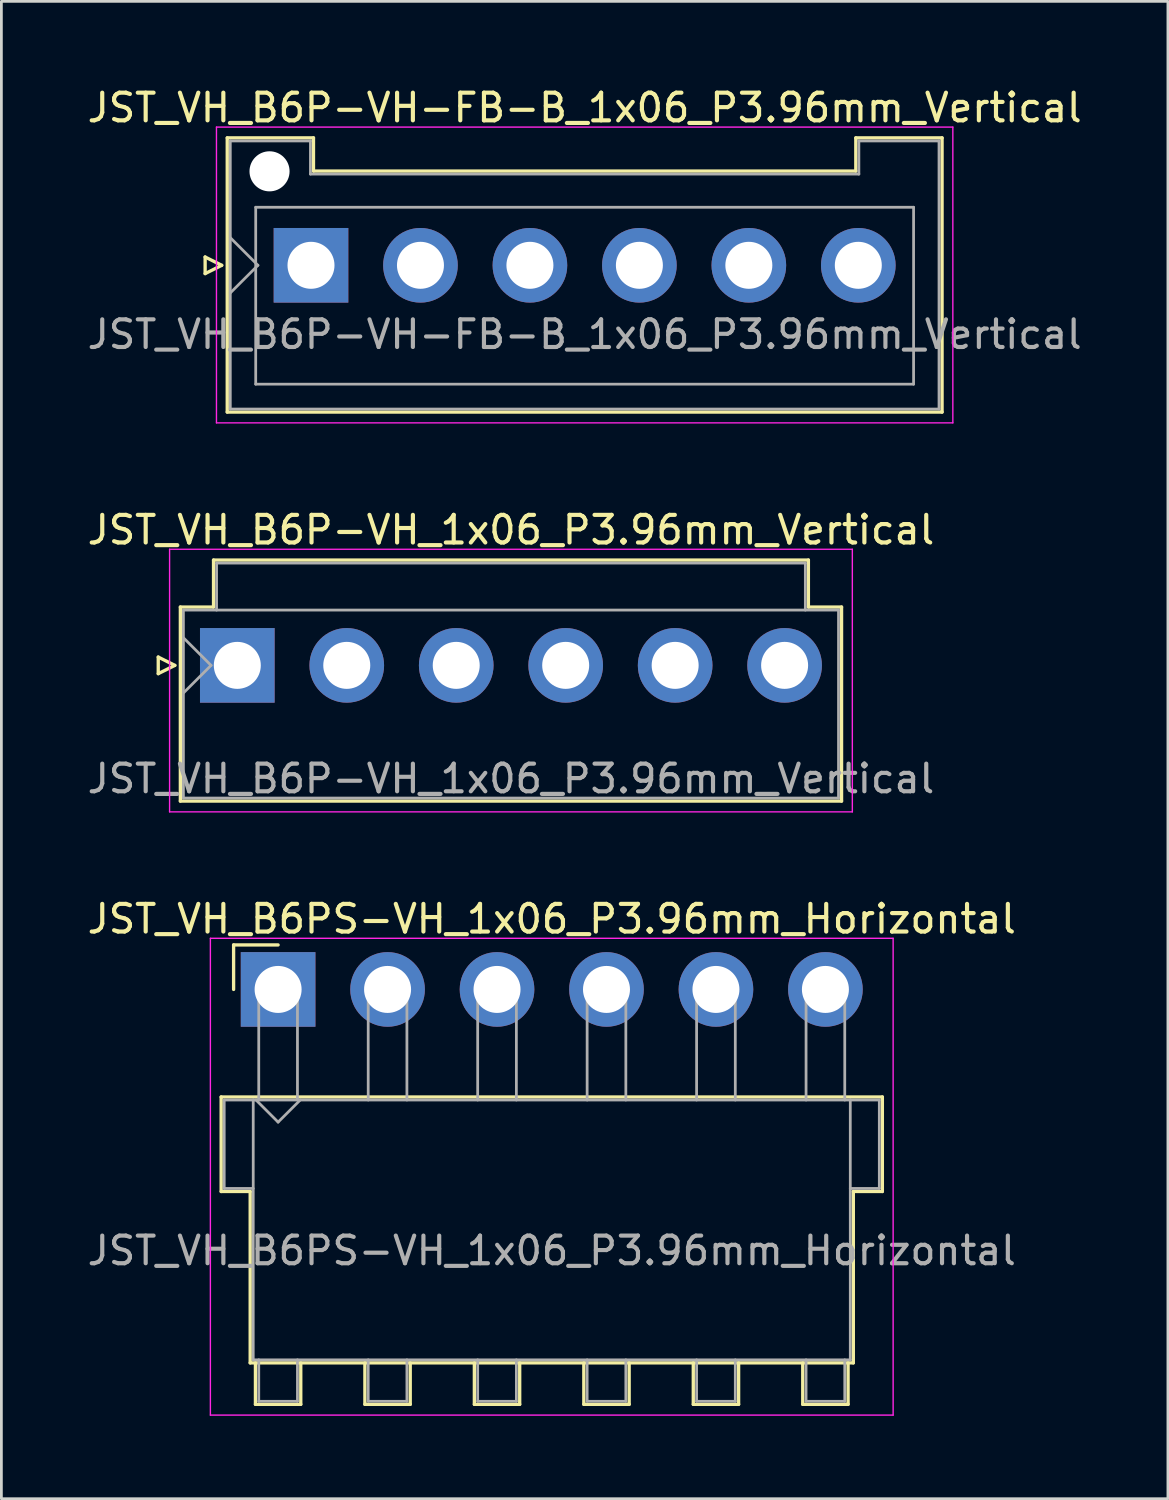
<source format=kicad_pcb>
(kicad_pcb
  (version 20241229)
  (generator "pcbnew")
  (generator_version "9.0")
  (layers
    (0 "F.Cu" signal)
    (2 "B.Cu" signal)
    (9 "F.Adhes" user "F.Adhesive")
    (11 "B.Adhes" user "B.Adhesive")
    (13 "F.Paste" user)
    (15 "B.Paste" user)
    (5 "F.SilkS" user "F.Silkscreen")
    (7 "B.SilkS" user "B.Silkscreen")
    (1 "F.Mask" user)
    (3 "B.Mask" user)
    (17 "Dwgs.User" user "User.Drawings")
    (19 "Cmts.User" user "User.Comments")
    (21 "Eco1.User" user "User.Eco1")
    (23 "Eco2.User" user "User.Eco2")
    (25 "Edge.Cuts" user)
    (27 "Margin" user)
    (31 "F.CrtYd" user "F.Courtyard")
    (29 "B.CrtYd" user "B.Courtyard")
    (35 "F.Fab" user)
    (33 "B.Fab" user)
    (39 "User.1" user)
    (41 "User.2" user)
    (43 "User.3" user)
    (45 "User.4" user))
  (footprint "JST_VH_B6P-VH-FB-B_1x06_P3.96mm_Vertical"
    (layer "F.Cu")
    (at 8.201 6.548)
    (property "Reference" "JST_VH_B6P-VH-FB-B_1x06_P3.96mm_Vertical" (at 9.9 -5.7 0) (layer "F.SilkS") (effects (font (size 1 1) (thickness 0.15))))
    (attr through_hole)
    (fp_line (start -3.83 -0.3) (end -3.23 0) (stroke (width 0.12) (type solid)) (layer "F.SilkS"))
    (fp_line (start -3.83 0.3) (end -3.83 -0.3) (stroke (width 0.12) (type solid)) (layer "F.SilkS"))
    (fp_line (start -3.23 0) (end -3.83 0.3) (stroke (width 0.12) (type solid)) (layer "F.SilkS"))
    (fp_line (start -3.03 -4.61) (end 0.09 -4.61) (stroke (width 0.12) (type solid)) (layer "F.SilkS"))
    (fp_line (start -3.03 5.31) (end -3.03 -4.61) (stroke (width 0.12) (type solid)) (layer "F.SilkS"))
    (fp_line (start 0.09 -4.61) (end 0.09 -3.41) (stroke (width 0.12) (type solid)) (layer "F.SilkS"))
    (fp_line (start 0.09 -3.41) (end 19.71 -3.41) (stroke (width 0.12) (type solid)) (layer "F.SilkS"))
    (fp_line (start 19.71 -4.61) (end 22.83 -4.61) (stroke (width 0.12) (type solid)) (layer "F.SilkS"))
    (fp_line (start 19.71 -3.41) (end 19.71 -4.61) (stroke (width 0.12) (type solid)) (layer "F.SilkS"))
    (fp_line (start 22.83 -4.61) (end 22.83 5.31) (stroke (width 0.12) (type solid)) (layer "F.SilkS"))
    (fp_line (start 22.83 5.31) (end -3.03 5.31) (stroke (width 0.12) (type solid)) (layer "F.SilkS"))
    (fp_line (start -3.42 -5) (end -3.42 5.7) (stroke (width 0.05) (type solid)) (layer "F.CrtYd"))
    (fp_line (start -3.42 5.7) (end 23.22 5.7) (stroke (width 0.05) (type solid)) (layer "F.CrtYd"))
    (fp_line (start 23.22 -5) (end -3.42 -5) (stroke (width 0.05) (type solid)) (layer "F.CrtYd"))
    (fp_line (start 23.22 5.7) (end 23.22 -5) (stroke (width 0.05) (type solid)) (layer "F.CrtYd"))
    (fp_line (start -2.92 -4.5) (end -0.02 -4.5) (stroke (width 0.1) (type solid)) (layer "F.Fab"))
    (fp_line (start -2.92 -1) (end -1.92 0) (stroke (width 0.1) (type solid)) (layer "F.Fab"))
    (fp_line (start -2.92 1) (end -1.92 0) (stroke (width 0.1) (type solid)) (layer "F.Fab"))
    (fp_line (start -2.92 5.2) (end -2.92 -4.5) (stroke (width 0.1) (type solid)) (layer "F.Fab"))
    (fp_line (start -2 -2.1) (end 21.8 -2.1) (stroke (width 0.1) (type solid)) (layer "F.Fab"))
    (fp_line (start -2 4.3) (end -2 -2.1) (stroke (width 0.1) (type solid)) (layer "F.Fab"))
    (fp_line (start -0.02 -4.5) (end -0.02 -3.3) (stroke (width 0.1) (type solid)) (layer "F.Fab"))
    (fp_line (start -0.02 -3.3) (end 19.82 -3.3) (stroke (width 0.1) (type solid)) (layer "F.Fab"))
    (fp_line (start 19.82 -4.5) (end 22.72 -4.5) (stroke (width 0.1) (type solid)) (layer "F.Fab"))
    (fp_line (start 19.82 -3.3) (end 19.82 -4.5) (stroke (width 0.1) (type solid)) (layer "F.Fab"))
    (fp_line (start 21.8 -2.1) (end 21.8 4.3) (stroke (width 0.1) (type solid)) (layer "F.Fab"))
    (fp_line (start 21.8 4.3) (end -2 4.3) (stroke (width 0.1) (type solid)) (layer "F.Fab"))
    (fp_line (start 22.72 -4.5) (end 22.72 5.2) (stroke (width 0.1) (type solid)) (layer "F.Fab"))
    (fp_line (start 22.72 5.2) (end -2.92 5.2) (stroke (width 0.1) (type solid)) (layer "F.Fab"))
    (fp_text user "${REFERENCE}" (at 9.9 2.5 0) (layer "F.Fab") (effects (font (size 1 1) (thickness 0.15))))
    (pad "" np_thru_hole circle (at -1.5 -3.4) (size 1.45 1.45) (drill 1.45) (layers "*.Cu" "*.Mask"))
    (pad "1" thru_hole rect (at 0 0) (size 2.7 2.7) (drill 1.7) (layers "*.Cu" "*.Mask"))
    (pad "2" thru_hole circle (at 3.96 0) (size 2.7 2.7) (drill 1.7) (layers "*.Cu" "*.Mask"))
    (pad "3" thru_hole circle (at 7.92 0) (size 2.7 2.7) (drill 1.7) (layers "*.Cu" "*.Mask"))
    (pad "4" thru_hole circle (at 11.88 0) (size 2.7 2.7) (drill 1.7) (layers "*.Cu" "*.Mask"))
    (pad "5" thru_hole circle (at 15.84 0) (size 2.7 2.7) (drill 1.7) (layers "*.Cu" "*.Mask"))
    (pad "6" thru_hole circle (at 19.8 0) (size 2.7 2.7) (drill 1.7) (layers "*.Cu" "*.Mask")))
  (footprint "JST_VH_B6P-VH_1x06_P3.96mm_Vertical"
    (layer "F.Cu")
    (at 5.535 21.021)
    (property "Reference" "JST_VH_B6P-VH_1x06_P3.96mm_Vertical" (at 9.9 -4.9 0) (layer "F.SilkS") (effects (font (size 1 1) (thickness 0.15))))
    (attr through_hole)
    (fp_line (start -2.86 -0.3) (end -2.26 0) (stroke (width 0.12) (type solid)) (layer "F.SilkS"))
    (fp_line (start -2.86 0.3) (end -2.86 -0.3) (stroke (width 0.12) (type solid)) (layer "F.SilkS"))
    (fp_line (start -2.26 0) (end -2.86 0.3) (stroke (width 0.12) (type solid)) (layer "F.SilkS"))
    (fp_line (start -2.06 -2.11) (end -0.86 -2.11) (stroke (width 0.12) (type solid)) (layer "F.SilkS"))
    (fp_line (start -2.06 4.91) (end -2.06 -2.11) (stroke (width 0.12) (type solid)) (layer "F.SilkS"))
    (fp_line (start -0.86 -3.81) (end 20.66 -3.81) (stroke (width 0.12) (type solid)) (layer "F.SilkS"))
    (fp_line (start -0.86 -2.11) (end -0.86 -3.81) (stroke (width 0.12) (type solid)) (layer "F.SilkS"))
    (fp_line (start 20.66 -3.81) (end 20.66 -2.11) (stroke (width 0.12) (type solid)) (layer "F.SilkS"))
    (fp_line (start 20.66 -2.11) (end 21.86 -2.11) (stroke (width 0.12) (type solid)) (layer "F.SilkS"))
    (fp_line (start 21.86 -2.11) (end 21.86 4.91) (stroke (width 0.12) (type solid)) (layer "F.SilkS"))
    (fp_line (start 21.86 4.91) (end -2.06 4.91) (stroke (width 0.12) (type solid)) (layer "F.SilkS"))
    (fp_line (start -2.45 -4.2) (end -2.45 5.3) (stroke (width 0.05) (type solid)) (layer "F.CrtYd"))
    (fp_line (start -2.45 5.3) (end 22.25 5.3) (stroke (width 0.05) (type solid)) (layer "F.CrtYd"))
    (fp_line (start 22.25 -4.2) (end -2.45 -4.2) (stroke (width 0.05) (type solid)) (layer "F.CrtYd"))
    (fp_line (start 22.25 5.3) (end 22.25 -4.2) (stroke (width 0.05) (type solid)) (layer "F.CrtYd"))
    (fp_line (start -1.95 -2) (end -1.95 4.8) (stroke (width 0.1) (type solid)) (layer "F.Fab"))
    (fp_line (start -1.95 -1) (end -0.95 0) (stroke (width 0.1) (type solid)) (layer "F.Fab"))
    (fp_line (start -1.95 1) (end -0.95 0) (stroke (width 0.1) (type solid)) (layer "F.Fab"))
    (fp_line (start -1.95 4.8) (end 21.75 4.8) (stroke (width 0.1) (type solid)) (layer "F.Fab"))
    (fp_line (start -0.75 -3.7) (end 20.55 -3.7) (stroke (width 0.1) (type solid)) (layer "F.Fab"))
    (fp_line (start -0.75 -2) (end -0.75 -3.7) (stroke (width 0.1) (type solid)) (layer "F.Fab"))
    (fp_line (start 20.55 -3.7) (end 20.55 -2) (stroke (width 0.1) (type solid)) (layer "F.Fab"))
    (fp_line (start 21.75 -2) (end -1.95 -2) (stroke (width 0.1) (type solid)) (layer "F.Fab"))
    (fp_line (start 21.75 4.8) (end 21.75 -2) (stroke (width 0.1) (type solid)) (layer "F.Fab"))
    (fp_text user "${REFERENCE}" (at 9.9 4.1 0) (layer "F.Fab") (effects (font (size 1 1) (thickness 0.15))))
    (pad "1" thru_hole rect (at 0 0) (size 2.7 2.7) (drill 1.7) (layers "*.Cu" "*.Mask"))
    (pad "2" thru_hole circle (at 3.96 0) (size 2.7 2.7) (drill 1.7) (layers "*.Cu" "*.Mask"))
    (pad "3" thru_hole circle (at 7.92 0) (size 2.7 2.7) (drill 1.7) (layers "*.Cu" "*.Mask"))
    (pad "4" thru_hole circle (at 11.88 0) (size 2.7 2.7) (drill 1.7) (layers "*.Cu" "*.Mask"))
    (pad "5" thru_hole circle (at 15.84 0) (size 2.7 2.7) (drill 1.7) (layers "*.Cu" "*.Mask"))
    (pad "6" thru_hole circle (at 19.8 0) (size 2.7 2.7) (drill 1.7) (layers "*.Cu" "*.Mask")))
  (footprint "JST_VH_B6PS-VH_1x06_P3.96mm_Horizontal"
    (layer "F.Cu")
    (at 7.011 32.745)
    (property "Reference" "JST_VH_B6PS-VH_1x06_P3.96mm_Horizontal" (at 9.9 -2.55 0) (layer "F.SilkS") (effects (font (size 1 1) (thickness 0.15))))
    (attr through_hole)
    (fp_line (start -2.06 3.89) (end 21.86 3.89) (stroke (width 0.12) (type solid)) (layer "F.SilkS"))
    (fp_line (start -2.06 7.31) (end -2.06 3.89) (stroke (width 0.12) (type solid)) (layer "F.SilkS"))
    (fp_line (start -1.61 -1.61) (end -1.61 0) (stroke (width 0.12) (type solid)) (layer "F.SilkS"))
    (fp_line (start -1.01 7.31) (end -2.06 7.31) (stroke (width 0.12) (type solid)) (layer "F.SilkS"))
    (fp_line (start -1.01 13.51) (end -1.01 7.31) (stroke (width 0.12) (type solid)) (layer "F.SilkS"))
    (fp_line (start -0.82 13.51) (end -0.82 15.01) (stroke (width 0.12) (type solid)) (layer "F.SilkS"))
    (fp_line (start -0.82 15.01) (end 0.82 15.01) (stroke (width 0.12) (type solid)) (layer "F.SilkS"))
    (fp_line (start 0 -1.61) (end -1.61 -1.61) (stroke (width 0.12) (type solid)) (layer "F.SilkS"))
    (fp_line (start 0.82 15.01) (end 0.82 13.51) (stroke (width 0.12) (type solid)) (layer "F.SilkS"))
    (fp_line (start 3.14 13.51) (end 3.14 15.01) (stroke (width 0.12) (type solid)) (layer "F.SilkS"))
    (fp_line (start 3.14 15.01) (end 4.78 15.01) (stroke (width 0.12) (type solid)) (layer "F.SilkS"))
    (fp_line (start 4.78 15.01) (end 4.78 13.51) (stroke (width 0.12) (type solid)) (layer "F.SilkS"))
    (fp_line (start 7.1 13.51) (end 7.1 15.01) (stroke (width 0.12) (type solid)) (layer "F.SilkS"))
    (fp_line (start 7.1 15.01) (end 8.74 15.01) (stroke (width 0.12) (type solid)) (layer "F.SilkS"))
    (fp_line (start 8.74 15.01) (end 8.74 13.51) (stroke (width 0.12) (type solid)) (layer "F.SilkS"))
    (fp_line (start 11.06 13.51) (end 11.06 15.01) (stroke (width 0.12) (type solid)) (layer "F.SilkS"))
    (fp_line (start 11.06 15.01) (end 12.7 15.01) (stroke (width 0.12) (type solid)) (layer "F.SilkS"))
    (fp_line (start 12.7 15.01) (end 12.7 13.51) (stroke (width 0.12) (type solid)) (layer "F.SilkS"))
    (fp_line (start 15.02 13.51) (end 15.02 15.01) (stroke (width 0.12) (type solid)) (layer "F.SilkS"))
    (fp_line (start 15.02 15.01) (end 16.66 15.01) (stroke (width 0.12) (type solid)) (layer "F.SilkS"))
    (fp_line (start 16.66 15.01) (end 16.66 13.51) (stroke (width 0.12) (type solid)) (layer "F.SilkS"))
    (fp_line (start 18.98 13.51) (end 18.98 15.01) (stroke (width 0.12) (type solid)) (layer "F.SilkS"))
    (fp_line (start 18.98 15.01) (end 20.62 15.01) (stroke (width 0.12) (type solid)) (layer "F.SilkS"))
    (fp_line (start 20.62 15.01) (end 20.62 13.51) (stroke (width 0.12) (type solid)) (layer "F.SilkS"))
    (fp_line (start 20.81 7.31) (end 20.81 13.51) (stroke (width 0.12) (type solid)) (layer "F.SilkS"))
    (fp_line (start 20.81 13.51) (end -1.01 13.51) (stroke (width 0.12) (type solid)) (layer "F.SilkS"))
    (fp_line (start 21.86 3.89) (end 21.86 7.31) (stroke (width 0.12) (type solid)) (layer "F.SilkS"))
    (fp_line (start 21.86 7.31) (end 20.81 7.31) (stroke (width 0.12) (type solid)) (layer "F.SilkS"))
    (fp_line (start -2.45 -1.85) (end -2.45 15.4) (stroke (width 0.05) (type solid)) (layer "F.CrtYd"))
    (fp_line (start -2.45 15.4) (end 22.25 15.4) (stroke (width 0.05) (type solid)) (layer "F.CrtYd"))
    (fp_line (start 22.25 -1.85) (end -2.45 -1.85) (stroke (width 0.05) (type solid)) (layer "F.CrtYd"))
    (fp_line (start 22.25 15.4) (end 22.25 -1.85) (stroke (width 0.05) (type solid)) (layer "F.CrtYd"))
    (fp_line (start -1.95 4) (end -0.9 4) (stroke (width 0.1) (type solid)) (layer "F.Fab"))
    (fp_line (start -1.95 7.2) (end -1.95 4) (stroke (width 0.1) (type solid)) (layer "F.Fab"))
    (fp_line (start -0.9 4) (end -0.9 13.4) (stroke (width 0.1) (type solid)) (layer "F.Fab"))
    (fp_line (start -0.9 7.2) (end -1.95 7.2) (stroke (width 0.1) (type solid)) (layer "F.Fab"))
    (fp_line (start -0.9 13.4) (end 20.7 13.4) (stroke (width 0.1) (type solid)) (layer "F.Fab"))
    (fp_line (start -0.8 4) (end 0 4.8) (stroke (width 0.1) (type solid)) (layer "F.Fab"))
    (fp_line (start -0.7 0) (end 0.7 0) (stroke (width 0.1) (type solid)) (layer "F.Fab"))
    (fp_line (start -0.7 4) (end -0.7 0) (stroke (width 0.1) (type solid)) (layer "F.Fab"))
    (fp_line (start -0.7 13.4) (end -0.7 14.9) (stroke (width 0.1) (type solid)) (layer "F.Fab"))
    (fp_line (start -0.7 14.9) (end 0.7 14.9) (stroke (width 0.1) (type solid)) (layer "F.Fab"))
    (fp_line (start 0 4.8) (end 0.8 4) (stroke (width 0.1) (type solid)) (layer "F.Fab"))
    (fp_line (start 0.7 0) (end 0.7 4) (stroke (width 0.1) (type solid)) (layer "F.Fab"))
    (fp_line (start 0.7 14.9) (end 0.7 13.4) (stroke (width 0.1) (type solid)) (layer "F.Fab"))
    (fp_line (start 3.26 0) (end 4.66 0) (stroke (width 0.1) (type solid)) (layer "F.Fab"))
    (fp_line (start 3.26 4) (end 3.26 0) (stroke (width 0.1) (type solid)) (layer "F.Fab"))
    (fp_line (start 3.26 13.4) (end 3.26 14.9) (stroke (width 0.1) (type solid)) (layer "F.Fab"))
    (fp_line (start 3.26 14.9) (end 4.66 14.9) (stroke (width 0.1) (type solid)) (layer "F.Fab"))
    (fp_line (start 4.66 0) (end 4.66 4) (stroke (width 0.1) (type solid)) (layer "F.Fab"))
    (fp_line (start 4.66 14.9) (end 4.66 13.4) (stroke (width 0.1) (type solid)) (layer "F.Fab"))
    (fp_line (start 7.22 0) (end 8.62 0) (stroke (width 0.1) (type solid)) (layer "F.Fab"))
    (fp_line (start 7.22 4) (end 7.22 0) (stroke (width 0.1) (type solid)) (layer "F.Fab"))
    (fp_line (start 7.22 13.4) (end 7.22 14.9) (stroke (width 0.1) (type solid)) (layer "F.Fab"))
    (fp_line (start 7.22 14.9) (end 8.62 14.9) (stroke (width 0.1) (type solid)) (layer "F.Fab"))
    (fp_line (start 8.62 0) (end 8.62 4) (stroke (width 0.1) (type solid)) (layer "F.Fab"))
    (fp_line (start 8.62 14.9) (end 8.62 13.4) (stroke (width 0.1) (type solid)) (layer "F.Fab"))
    (fp_line (start 11.18 0) (end 12.58 0) (stroke (width 0.1) (type solid)) (layer "F.Fab"))
    (fp_line (start 11.18 4) (end 11.18 0) (stroke (width 0.1) (type solid)) (layer "F.Fab"))
    (fp_line (start 11.18 13.4) (end 11.18 14.9) (stroke (width 0.1) (type solid)) (layer "F.Fab"))
    (fp_line (start 11.18 14.9) (end 12.58 14.9) (stroke (width 0.1) (type solid)) (layer "F.Fab"))
    (fp_line (start 12.58 0) (end 12.58 4) (stroke (width 0.1) (type solid)) (layer "F.Fab"))
    (fp_line (start 12.58 14.9) (end 12.58 13.4) (stroke (width 0.1) (type solid)) (layer "F.Fab"))
    (fp_line (start 15.14 0) (end 16.54 0) (stroke (width 0.1) (type solid)) (layer "F.Fab"))
    (fp_line (start 15.14 4) (end 15.14 0) (stroke (width 0.1) (type solid)) (layer "F.Fab"))
    (fp_line (start 15.14 13.4) (end 15.14 14.9) (stroke (width 0.1) (type solid)) (layer "F.Fab"))
    (fp_line (start 15.14 14.9) (end 16.54 14.9) (stroke (width 0.1) (type solid)) (layer "F.Fab"))
    (fp_line (start 16.54 0) (end 16.54 4) (stroke (width 0.1) (type solid)) (layer "F.Fab"))
    (fp_line (start 16.54 14.9) (end 16.54 13.4) (stroke (width 0.1) (type solid)) (layer "F.Fab"))
    (fp_line (start 19.1 0) (end 20.5 0) (stroke (width 0.1) (type solid)) (layer "F.Fab"))
    (fp_line (start 19.1 4) (end 19.1 0) (stroke (width 0.1) (type solid)) (layer "F.Fab"))
    (fp_line (start 19.1 13.4) (end 19.1 14.9) (stroke (width 0.1) (type solid)) (layer "F.Fab"))
    (fp_line (start 19.1 14.9) (end 20.5 14.9) (stroke (width 0.1) (type solid)) (layer "F.Fab"))
    (fp_line (start 20.5 0) (end 20.5 4) (stroke (width 0.1) (type solid)) (layer "F.Fab"))
    (fp_line (start 20.5 14.9) (end 20.5 13.4) (stroke (width 0.1) (type solid)) (layer "F.Fab"))
    (fp_line (start 20.7 4) (end -0.9 4) (stroke (width 0.1) (type solid)) (layer "F.Fab"))
    (fp_line (start 20.7 4) (end 21.75 4) (stroke (width 0.1) (type solid)) (layer "F.Fab"))
    (fp_line (start 20.7 13.4) (end 20.7 4) (stroke (width 0.1) (type solid)) (layer "F.Fab"))
    (fp_line (start 21.75 4) (end 21.75 7.2) (stroke (width 0.1) (type solid)) (layer "F.Fab"))
    (fp_line (start 21.75 7.2) (end 20.7 7.2) (stroke (width 0.1) (type solid)) (layer "F.Fab"))
    (fp_text user "${REFERENCE}" (at 9.9 9.45 0) (layer "F.Fab") (effects (font (size 1 1) (thickness 0.15))))
    (pad "1" thru_hole rect (at 0 0) (size 2.7 2.7) (drill 1.7) (layers "*.Cu" "*.Mask"))
    (pad "2" thru_hole circle (at 3.96 0) (size 2.7 2.7) (drill 1.7) (layers "*.Cu" "*.Mask"))
    (pad "3" thru_hole circle (at 7.92 0) (size 2.7 2.7) (drill 1.7) (layers "*.Cu" "*.Mask"))
    (pad "4" thru_hole circle (at 11.88 0) (size 2.7 2.7) (drill 1.7) (layers "*.Cu" "*.Mask"))
    (pad "5" thru_hole circle (at 15.84 0) (size 2.7 2.7) (drill 1.7) (layers "*.Cu" "*.Mask"))
    (pad "6" thru_hole circle (at 19.8 0) (size 2.7 2.7) (drill 1.7) (layers "*.Cu" "*.Mask")))
  (gr_rect
    (start -3 -3)
    (end 39.202 51.17)
    (stroke (width 0.1) (type default))
    (fill no)
    (layer "Edge.Cuts")))
</source>
